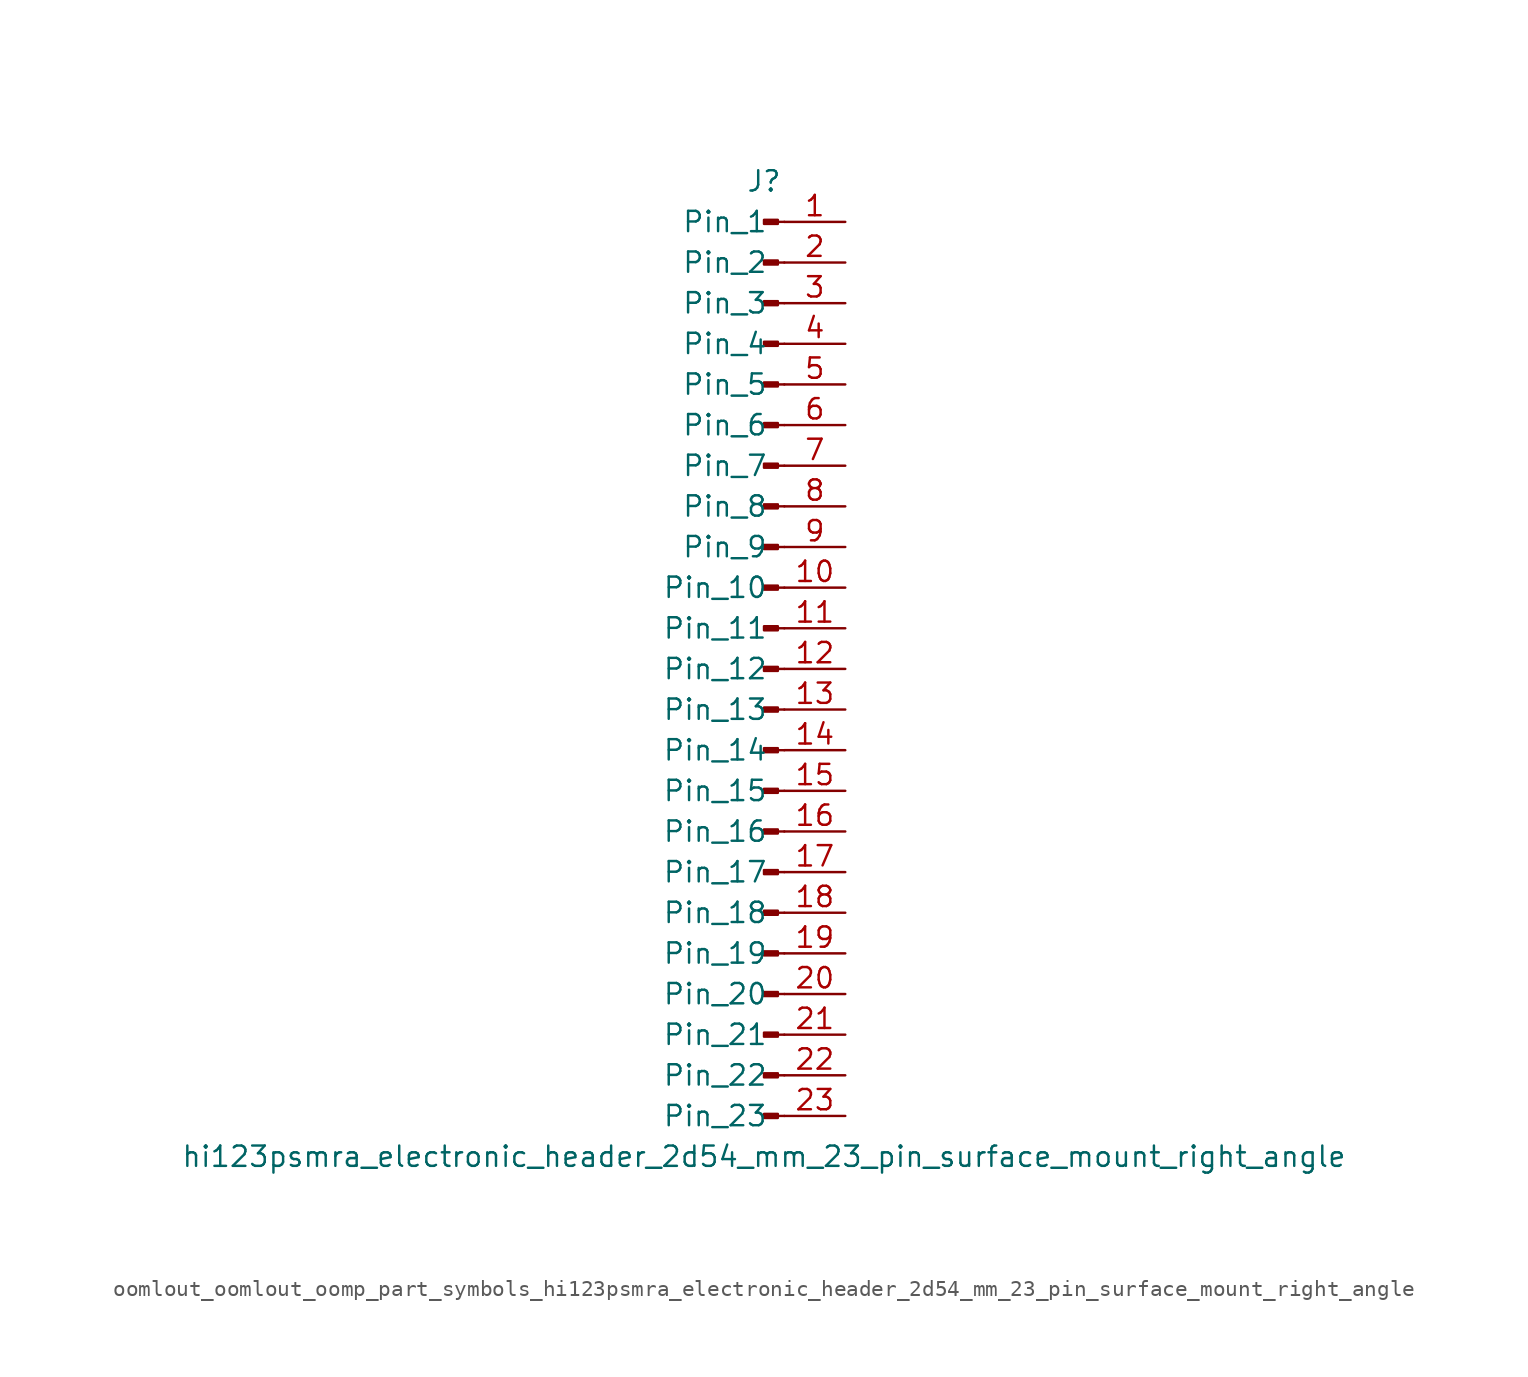
<source format=kicad_sym>
(kicad_symbol_lib
  (version 20220914)
  (generator kicad_symbol_editor)
  (symbol "oomlout_oomlout_oomp_part_symbols_hi123psmra_electronic_header_2d54_mm_23_pin_surface_mount_right_angle"
    (pin_names
      (offset 1.016))
    (property "Reference" "J"
      (at 0 30.48 0)
      (effects (font (size 1.27 1.27))))
    (property "Value" "hi123psmra_electronic_header_2d54_mm_23_pin_surface_mount_right_angle"
      (at 0 -30.48 0)
      (effects (font (size 1.27 1.27))))
    (property "ki_locked" ""
      (at 0 0 0)
      (effects (font (size 1.27 1.27))))
    (symbol "oomlout_oomlout_oomp_part_symbols_hi123psmra_electronic_header_2d54_mm_23_pin_surface_mount_right_angle_1_1"
      (polyline (pts (xy 1.27 -27.94) (xy 0.864 -27.94)) (stroke (width 0.152) (type default)) (fill (type none)))
      (polyline (pts (xy 1.27 -25.4) (xy 0.864 -25.4)) (stroke (width 0.152) (type default)) (fill (type none)))
      (polyline (pts (xy 1.27 -22.86) (xy 0.864 -22.86)) (stroke (width 0.152) (type default)) (fill (type none)))
      (polyline (pts (xy 1.27 -20.32) (xy 0.864 -20.32)) (stroke (width 0.152) (type default)) (fill (type none)))
      (polyline (pts (xy 1.27 -17.78) (xy 0.864 -17.78)) (stroke (width 0.152) (type default)) (fill (type none)))
      (polyline (pts (xy 1.27 -15.24) (xy 0.864 -15.24)) (stroke (width 0.152) (type default)) (fill (type none)))
      (polyline (pts (xy 1.27 -12.7) (xy 0.864 -12.7)) (stroke (width 0.152) (type default)) (fill (type none)))
      (polyline (pts (xy 1.27 -10.16) (xy 0.864 -10.16)) (stroke (width 0.152) (type default)) (fill (type none)))
      (polyline (pts (xy 1.27 -7.62) (xy 0.864 -7.62)) (stroke (width 0.152) (type default)) (fill (type none)))
      (polyline (pts (xy 1.27 -5.08) (xy 0.864 -5.08)) (stroke (width 0.152) (type default)) (fill (type none)))
      (polyline (pts (xy 1.27 -2.54) (xy 0.864 -2.54)) (stroke (width 0.152) (type default)) (fill (type none)))
      (polyline (pts (xy 1.27 0) (xy 0.864 0)) (stroke (width 0.152) (type default)) (fill (type none)))
      (polyline (pts (xy 1.27 2.54) (xy 0.864 2.54)) (stroke (width 0.152) (type default)) (fill (type none)))
      (polyline (pts (xy 1.27 5.08) (xy 0.864 5.08)) (stroke (width 0.152) (type default)) (fill (type none)))
      (polyline (pts (xy 1.27 7.62) (xy 0.864 7.62)) (stroke (width 0.152) (type default)) (fill (type none)))
      (polyline (pts (xy 1.27 10.16) (xy 0.864 10.16)) (stroke (width 0.152) (type default)) (fill (type none)))
      (polyline (pts (xy 1.27 12.7) (xy 0.864 12.7)) (stroke (width 0.152) (type default)) (fill (type none)))
      (polyline (pts (xy 1.27 15.24) (xy 0.864 15.24)) (stroke (width 0.152) (type default)) (fill (type none)))
      (polyline (pts (xy 1.27 17.78) (xy 0.864 17.78)) (stroke (width 0.152) (type default)) (fill (type none)))
      (polyline (pts (xy 1.27 20.32) (xy 0.864 20.32)) (stroke (width 0.152) (type default)) (fill (type none)))
      (polyline (pts (xy 1.27 22.86) (xy 0.864 22.86)) (stroke (width 0.152) (type default)) (fill (type none)))
      (polyline (pts (xy 1.27 25.4) (xy 0.864 25.4)) (stroke (width 0.152) (type default)) (fill (type none)))
      (polyline (pts (xy 1.27 27.94) (xy 0.864 27.94)) (stroke (width 0.152) (type default)) (fill (type none)))
      (rectangle (start 0.864 -27.813) (end 0 -28.067) (stroke (width 0.152) (type default)) (fill (type outline)))
      (rectangle (start 0.864 -25.273) (end 0 -25.527) (stroke (width 0.152) (type default)) (fill (type outline)))
      (rectangle (start 0.864 -22.733) (end 0 -22.987) (stroke (width 0.152) (type default)) (fill (type outline)))
      (rectangle (start 0.864 -20.193) (end 0 -20.447) (stroke (width 0.152) (type default)) (fill (type outline)))
      (rectangle (start 0.864 -17.653) (end 0 -17.907) (stroke (width 0.152) (type default)) (fill (type outline)))
      (rectangle (start 0.864 -15.113) (end 0 -15.367) (stroke (width 0.152) (type default)) (fill (type outline)))
      (rectangle (start 0.864 -12.573) (end 0 -12.827) (stroke (width 0.152) (type default)) (fill (type outline)))
      (rectangle (start 0.864 -10.033) (end 0 -10.287) (stroke (width 0.152) (type default)) (fill (type outline)))
      (rectangle (start 0.864 -7.493) (end 0 -7.747) (stroke (width 0.152) (type default)) (fill (type outline)))
      (rectangle (start 0.864 -4.953) (end 0 -5.207) (stroke (width 0.152) (type default)) (fill (type outline)))
      (rectangle (start 0.864 -2.413) (end 0 -2.667) (stroke (width 0.152) (type default)) (fill (type outline)))
      (rectangle (start 0.864 0.127) (end 0 -0.127) (stroke (width 0.152) (type default)) (fill (type outline)))
      (rectangle (start 0.864 2.667) (end 0 2.413) (stroke (width 0.152) (type default)) (fill (type outline)))
      (rectangle (start 0.864 5.207) (end 0 4.953) (stroke (width 0.152) (type default)) (fill (type outline)))
      (rectangle (start 0.864 7.747) (end 0 7.493) (stroke (width 0.152) (type default)) (fill (type outline)))
      (rectangle (start 0.864 10.287) (end 0 10.033) (stroke (width 0.152) (type default)) (fill (type outline)))
      (rectangle (start 0.864 12.827) (end 0 12.573) (stroke (width 0.152) (type default)) (fill (type outline)))
      (rectangle (start 0.864 15.367) (end 0 15.113) (stroke (width 0.152) (type default)) (fill (type outline)))
      (rectangle (start 0.864 17.907) (end 0 17.653) (stroke (width 0.152) (type default)) (fill (type outline)))
      (rectangle (start 0.864 20.447) (end 0 20.193) (stroke (width 0.152) (type default)) (fill (type outline)))
      (rectangle (start 0.864 22.987) (end 0 22.733) (stroke (width 0.152) (type default)) (fill (type outline)))
      (rectangle (start 0.864 25.527) (end 0 25.273) (stroke (width 0.152) (type default)) (fill (type outline)))
      (rectangle (start 0.864 28.067) (end 0 27.813) (stroke (width 0.152) (type default)) (fill (type outline)))
      (pin passive line (at 5.08 27.94 180) (length 3.81) (name "Pin_1" (effects (font (size 1.27 1.27)))) (number "1" (effects (font (size 1.27 1.27)))))
      (pin passive line (at 5.08 5.08 180) (length 3.81) (name "Pin_10" (effects (font (size 1.27 1.27)))) (number "10" (effects (font (size 1.27 1.27)))))
      (pin passive line (at 5.08 2.54 180) (length 3.81) (name "Pin_11" (effects (font (size 1.27 1.27)))) (number "11" (effects (font (size 1.27 1.27)))))
      (pin passive line (at 5.08 0 180) (length 3.81) (name "Pin_12" (effects (font (size 1.27 1.27)))) (number "12" (effects (font (size 1.27 1.27)))))
      (pin passive line (at 5.08 -2.54 180) (length 3.81) (name "Pin_13" (effects (font (size 1.27 1.27)))) (number "13" (effects (font (size 1.27 1.27)))))
      (pin passive line (at 5.08 -5.08 180) (length 3.81) (name "Pin_14" (effects (font (size 1.27 1.27)))) (number "14" (effects (font (size 1.27 1.27)))))
      (pin passive line (at 5.08 -7.62 180) (length 3.81) (name "Pin_15" (effects (font (size 1.27 1.27)))) (number "15" (effects (font (size 1.27 1.27)))))
      (pin passive line (at 5.08 -10.16 180) (length 3.81) (name "Pin_16" (effects (font (size 1.27 1.27)))) (number "16" (effects (font (size 1.27 1.27)))))
      (pin passive line (at 5.08 -12.7 180) (length 3.81) (name "Pin_17" (effects (font (size 1.27 1.27)))) (number "17" (effects (font (size 1.27 1.27)))))
      (pin passive line (at 5.08 -15.24 180) (length 3.81) (name "Pin_18" (effects (font (size 1.27 1.27)))) (number "18" (effects (font (size 1.27 1.27)))))
      (pin passive line (at 5.08 -17.78 180) (length 3.81) (name "Pin_19" (effects (font (size 1.27 1.27)))) (number "19" (effects (font (size 1.27 1.27)))))
      (pin passive line (at 5.08 25.4 180) (length 3.81) (name "Pin_2" (effects (font (size 1.27 1.27)))) (number "2" (effects (font (size 1.27 1.27)))))
      (pin passive line (at 5.08 -20.32 180) (length 3.81) (name "Pin_20" (effects (font (size 1.27 1.27)))) (number "20" (effects (font (size 1.27 1.27)))))
      (pin passive line (at 5.08 -22.86 180) (length 3.81) (name "Pin_21" (effects (font (size 1.27 1.27)))) (number "21" (effects (font (size 1.27 1.27)))))
      (pin passive line (at 5.08 -25.4 180) (length 3.81) (name "Pin_22" (effects (font (size 1.27 1.27)))) (number "22" (effects (font (size 1.27 1.27)))))
      (pin passive line (at 5.08 -27.94 180) (length 3.81) (name "Pin_23" (effects (font (size 1.27 1.27)))) (number "23" (effects (font (size 1.27 1.27)))))
      (pin passive line (at 5.08 22.86 180) (length 3.81) (name "Pin_3" (effects (font (size 1.27 1.27)))) (number "3" (effects (font (size 1.27 1.27)))))
      (pin passive line (at 5.08 20.32 180) (length 3.81) (name "Pin_4" (effects (font (size 1.27 1.27)))) (number "4" (effects (font (size 1.27 1.27)))))
      (pin passive line (at 5.08 17.78 180) (length 3.81) (name "Pin_5" (effects (font (size 1.27 1.27)))) (number "5" (effects (font (size 1.27 1.27)))))
      (pin passive line (at 5.08 15.24 180) (length 3.81) (name "Pin_6" (effects (font (size 1.27 1.27)))) (number "6" (effects (font (size 1.27 1.27)))))
      (pin passive line (at 5.08 12.7 180) (length 3.81) (name "Pin_7" (effects (font (size 1.27 1.27)))) (number "7" (effects (font (size 1.27 1.27)))))
      (pin passive line (at 5.08 10.16 180) (length 3.81) (name "Pin_8" (effects (font (size 1.27 1.27)))) (number "8" (effects (font (size 1.27 1.27)))))
      (pin passive line (at 5.08 7.62 180) (length 3.81) (name "Pin_9" (effects (font (size 1.27 1.27)))) (number "9" (effects (font (size 1.27 1.27))))))))
</source>
